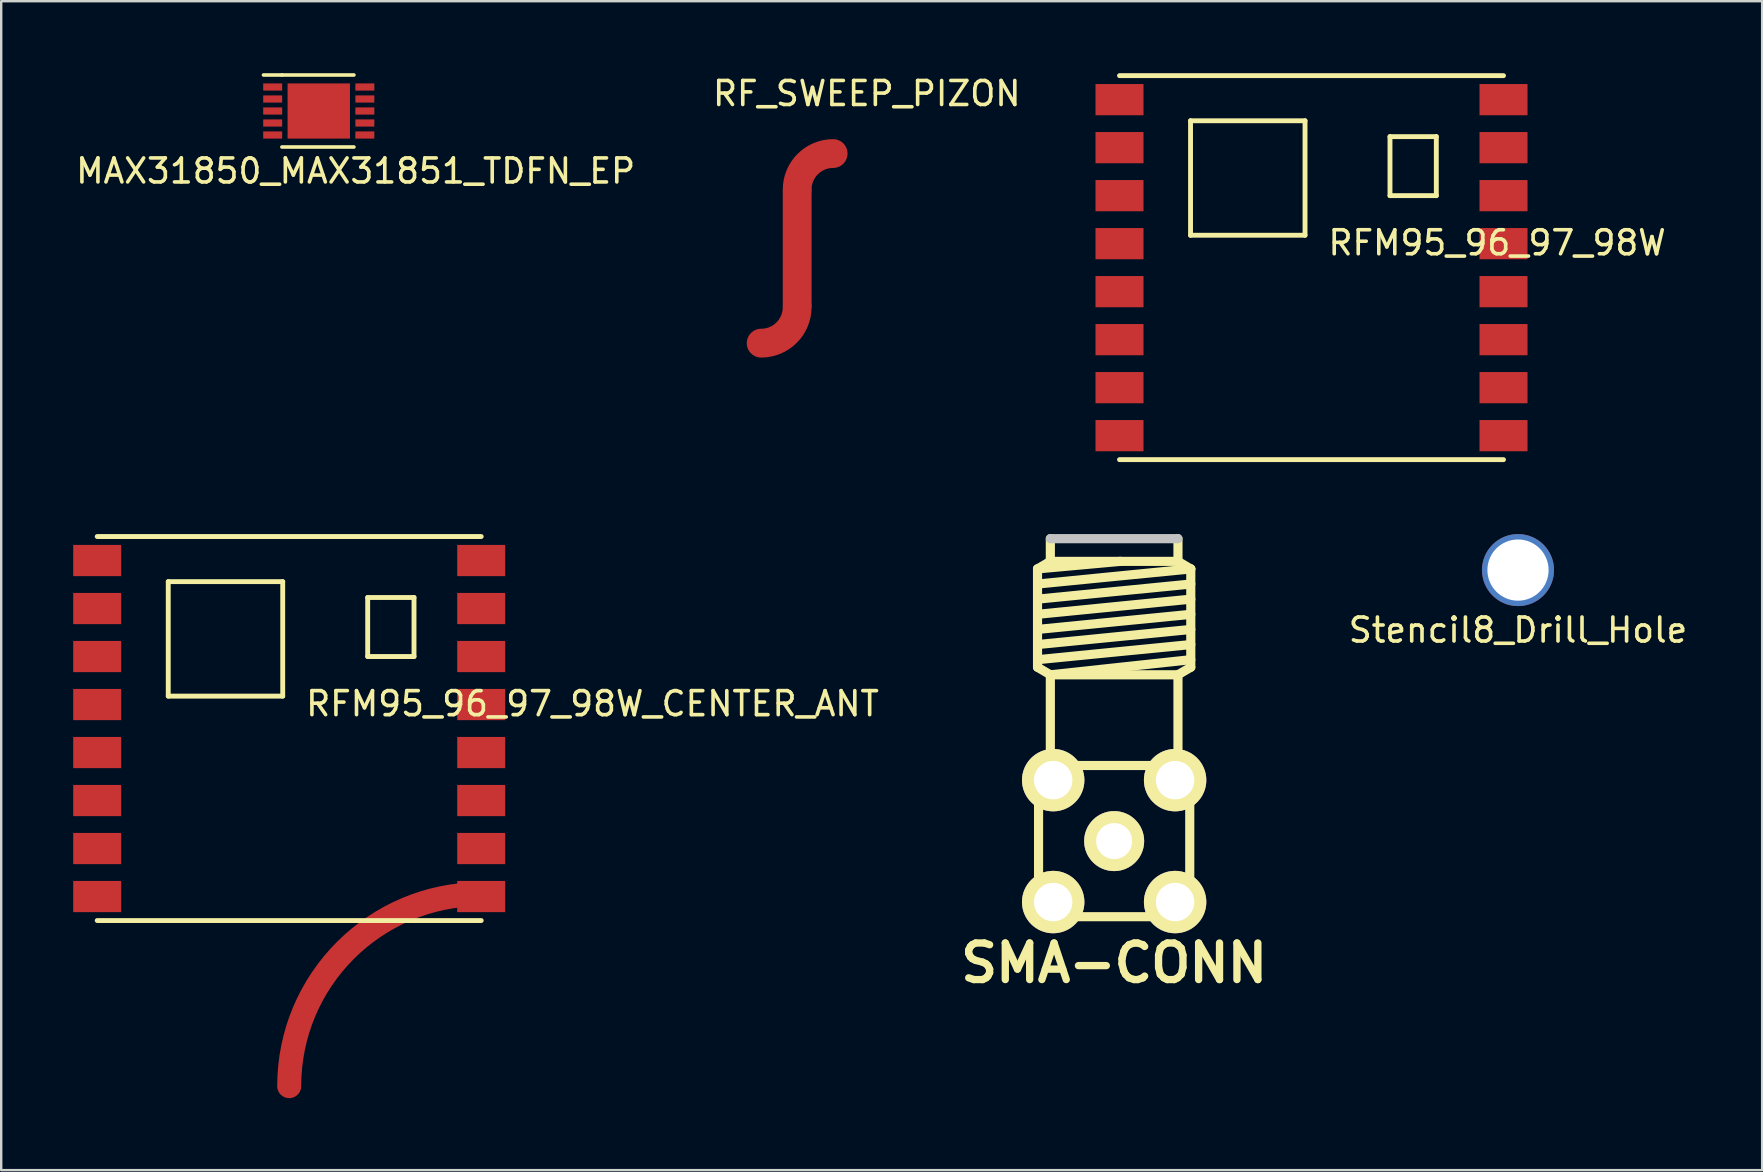
<source format=kicad_pcb>
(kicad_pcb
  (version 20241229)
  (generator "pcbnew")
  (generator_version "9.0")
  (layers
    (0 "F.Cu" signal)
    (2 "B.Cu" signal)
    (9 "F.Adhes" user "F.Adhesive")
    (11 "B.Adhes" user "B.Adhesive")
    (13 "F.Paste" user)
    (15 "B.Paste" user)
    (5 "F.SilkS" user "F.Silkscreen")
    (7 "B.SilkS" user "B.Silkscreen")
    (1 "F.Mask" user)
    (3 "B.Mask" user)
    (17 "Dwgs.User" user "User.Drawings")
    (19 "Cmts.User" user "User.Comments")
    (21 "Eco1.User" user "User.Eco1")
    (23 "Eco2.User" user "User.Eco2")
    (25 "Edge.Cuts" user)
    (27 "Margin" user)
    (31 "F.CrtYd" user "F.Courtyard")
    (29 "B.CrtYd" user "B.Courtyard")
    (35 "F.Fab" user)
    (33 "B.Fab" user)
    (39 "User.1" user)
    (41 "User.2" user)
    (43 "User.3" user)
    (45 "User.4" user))
  (footprint "RF_SWEEP_PIZON"
    (layer "F.Cu")
    (at 30.165 7.248)
    (property "Reference" "RF_SWEEP_PIZON" (at 2.9 -6.4 0) (layer "F.SilkS") (effects (font (size 1 1) (thickness 0.15))))
    (attr through_hole)
    (fp_line (start 0 -2.3) (end 0 2.4) (stroke (width 1.2) (type solid)) (layer "F.Cu"))
    (fp_arc (start 0 -2.4) (mid 0.438415 -3.459734) (end 1.497382 -3.899998) (stroke (width 1.2) (type solid)) (layer "F.Cu"))
    (fp_arc (start 0 2.5) (mid -0.43934 3.56066) (end -1.5 4) (stroke (width 1.2) (type solid)) (layer "F.Cu")))
  (footprint "Stencil8_Drill_Hole"
    (layer "F.Cu")
    (at 60.199 20.703)
    (property "Reference" "Stencil8_Drill_Hole" (at 0 2.5 0) (layer "F.SilkS") (effects (font (size 1 1) (thickness 0.15))))
    (attr through_hole)
    (fp_circle (center 0 0) (end 1.275 0) (stroke (width 0.01) (type solid)) (fill no) (layer "F.Paste"))
    (pad "" smd circle (at 0 0) (size 2.55 2.55) (layers "F.Paste"))
    (pad "" np_thru_hole circle (at 0 0) (size 3 3) (drill 2.55) (layers "*.Cu" "*.Mask")))
  (footprint "SMA-CONN"
    (layer "F.Cu")
    (at 43.372 31.995)
    (property "Reference" "SMA-CONN" (at 0 5.08 0) (layer "F.SilkS") (effects (font (size 1.524 1.524) (thickness 0.305))))
    (attr through_hole)
    (fp_line (start -3.193 -11.341) (end -2.659 -11.656) (stroke (width 0.381) (type solid)) (layer "F.SilkS"))
    (fp_line (start -3.193 -11.341) (end 0.267 -11.656) (stroke (width 0.381) (type solid)) (layer "F.SilkS"))
    (fp_line (start -3.193 -10.711) (end 3.193 -11.341) (stroke (width 0.381) (type solid)) (layer "F.SilkS"))
    (fp_line (start -3.193 -10.081) (end 3.193 -10.711) (stroke (width 0.381) (type solid)) (layer "F.SilkS"))
    (fp_line (start -3.193 -9.449) (end 3.193 -10.081) (stroke (width 0.381) (type solid)) (layer "F.SilkS"))
    (fp_line (start -3.193 -8.819) (end 3.193 -9.449) (stroke (width 0.381) (type solid)) (layer "F.SilkS"))
    (fp_line (start -3.193 -8.189) (end 3.193 -8.819) (stroke (width 0.381) (type solid)) (layer "F.SilkS"))
    (fp_line (start -3.193 -7.559) (end 3.193 -8.189) (stroke (width 0.381) (type solid)) (layer "F.SilkS"))
    (fp_line (start -3.193 -7.244) (end -3.193 -11.341) (stroke (width 0.381) (type solid)) (layer "F.SilkS"))
    (fp_line (start -3.15 -3.15) (end 3.15 -3.15) (stroke (width 0.381) (type solid)) (layer "F.SilkS"))
    (fp_line (start -3.15 3.15) (end -3.15 -3.15) (stroke (width 0.381) (type solid)) (layer "F.SilkS"))
    (fp_line (start -2.659 -11.656) (end -2.659 -12.601) (stroke (width 0.381) (type solid)) (layer "F.SilkS"))
    (fp_line (start -2.659 -11.656) (end 2.659 -11.656) (stroke (width 0.381) (type solid)) (layer "F.SilkS"))
    (fp_line (start -2.659 -6.929) (end -3.193 -7.244) (stroke (width 0.381) (type solid)) (layer "F.SilkS"))
    (fp_line (start -2.659 -3.15) (end -2.659 -6.929) (stroke (width 0.381) (type solid)) (layer "F.SilkS"))
    (fp_line (start 2.659 -11.656) (end 2.659 -12.601) (stroke (width 0.381) (type solid)) (layer "F.SilkS"))
    (fp_line (start 2.659 -11.656) (end 3.193 -11.341) (stroke (width 0.381) (type solid)) (layer "F.SilkS"))
    (fp_line (start 2.659 -6.929) (end -2.659 -6.929) (stroke (width 0.381) (type solid)) (layer "F.SilkS"))
    (fp_line (start 2.659 -3.15) (end 2.659 -6.929) (stroke (width 0.381) (type solid)) (layer "F.SilkS"))
    (fp_line (start 3.15 -3.15) (end 3.15 3.15) (stroke (width 0.381) (type solid)) (layer "F.SilkS"))
    (fp_line (start 3.15 3.15) (end -3.15 3.15) (stroke (width 0.381) (type solid)) (layer "F.SilkS"))
    (fp_line (start 3.193 -11.341) (end 3.193 -7.244) (stroke (width 0.381) (type solid)) (layer "F.SilkS"))
    (fp_line (start 3.193 -7.559) (end -2.659 -6.929) (stroke (width 0.381) (type solid)) (layer "F.SilkS"))
    (fp_line (start 3.193 -7.244) (end 2.659 -6.929) (stroke (width 0.381) (type solid)) (layer "F.SilkS"))
    (fp_line (start 2.659 -12.601) (end -2.659 -12.601) (stroke (width 0.381) (type solid)) (layer "Dwgs.User"))
    (pad "1" thru_hole circle (at 0 0) (size 2.5 2.5) (drill 1.5) (layers "*.Cu" "*.Mask" "F.SilkS"))
    (pad "2" thru_hole circle (at -2.54 -2.54) (size 2.6 2.6) (drill 1.6) (layers "*.Cu" "*.Mask" "F.SilkS"))
    (pad "3" thru_hole circle (at 2.54 -2.54) (size 2.6 2.6) (drill 1.6) (layers "*.Cu" "*.Mask" "F.SilkS"))
    (pad "4" thru_hole circle (at 2.54 2.54) (size 2.6 2.6) (drill 1.6) (layers "*.Cu" "*.Mask" "F.SilkS"))
    (pad "5" thru_hole circle (at -2.54 2.54) (size 2.6 2.6) (drill 1.6) (layers "*.Cu" "*.Mask" "F.SilkS")))
  (footprint "RFM95_96_97_98W_CENTER_ANT"
    (layer "F.Cu")
    (at 9 27.305)
    (property "Reference" "RFM95_96_97_98W_CENTER_ANT" (at 0.61 -0.449 0) (layer "F.SilkS") (effects (font (size 1 1) (thickness 0.15)) (justify left bottom)))
    (attr through_hole)
    (fp_arc (start 0 14.9) (mid 2.338211 9.248085) (end 7.986037 6.900012) (stroke (width 1) (type solid)) (layer "F.Cu"))
    (fp_line (start -8 -8) (end 8 -8) (stroke (width 0.203) (type solid)) (layer "F.SilkS"))
    (fp_line (start -5.04 -6.12) (end -0.27 -6.12) (stroke (width 0.203) (type solid)) (layer "F.SilkS"))
    (fp_line (start -5.04 -1.35) (end -5.04 -6.12) (stroke (width 0.203) (type solid)) (layer "F.SilkS"))
    (fp_line (start -0.27 -6.12) (end -0.27 -1.35) (stroke (width 0.203) (type solid)) (layer "F.SilkS"))
    (fp_line (start -0.27 -1.35) (end -5.04 -1.35) (stroke (width 0.203) (type solid)) (layer "F.SilkS"))
    (fp_line (start 3.27 -5.46) (end 3.27 -3) (stroke (width 0.203) (type solid)) (layer "F.SilkS"))
    (fp_line (start 3.27 -5.46) (end 5.2 -5.46) (stroke (width 0.203) (type solid)) (layer "F.SilkS"))
    (fp_line (start 3.27 -3) (end 5.2 -3) (stroke (width 0.203) (type solid)) (layer "F.SilkS"))
    (fp_line (start 5.2 -5.46) (end 5.2 -3) (stroke (width 0.203) (type solid)) (layer "F.SilkS"))
    (fp_line (start 8 8) (end -8 8) (stroke (width 0.203) (type solid)) (layer "F.SilkS"))
    (pad "1" smd rect (at -8 -7 90) (size 1.3 2) (layers "F.Cu" "F.Mask" "F.Paste"))
    (pad "2" smd rect (at -8 -5 90) (size 1.3 2) (layers "F.Cu" "F.Mask" "F.Paste"))
    (pad "3" smd rect (at -8 -3 90) (size 1.3 2) (layers "F.Cu" "F.Mask" "F.Paste"))
    (pad "4" smd rect (at -8 -1 90) (size 1.3 2) (layers "F.Cu" "F.Mask" "F.Paste"))
    (pad "5" smd rect (at -8 1 90) (size 1.3 2) (layers "F.Cu" "F.Mask" "F.Paste"))
    (pad "6" smd rect (at -8 3 90) (size 1.3 2) (layers "F.Cu" "F.Mask" "F.Paste"))
    (pad "7" smd rect (at -8 5 90) (size 1.3 2) (layers "F.Cu" "F.Mask" "F.Paste"))
    (pad "8" smd rect (at -8 7 90) (size 1.3 2) (layers "F.Cu" "F.Mask" "F.Paste"))
    (pad "9" smd rect (at 8 7 90) (size 1.3 2) (layers "F.Cu" "F.Mask" "F.Paste"))
    (pad "10" smd rect (at 8 5 90) (size 1.3 2) (layers "F.Cu" "F.Mask" "F.Paste"))
    (pad "11" smd rect (at 8 3 90) (size 1.3 2) (layers "F.Cu" "F.Mask" "F.Paste"))
    (pad "12" smd rect (at 8 1 90) (size 1.3 2) (layers "F.Cu" "F.Mask" "F.Paste"))
    (pad "13" smd rect (at 8 -1 90) (size 1.3 2) (layers "F.Cu" "F.Mask" "F.Paste"))
    (pad "14" smd rect (at 8 -3 90) (size 1.3 2) (layers "F.Cu" "F.Mask" "F.Paste"))
    (pad "15" smd rect (at 8 -5 90) (size 1.3 2) (layers "F.Cu" "F.Mask" "F.Paste"))
    (pad "16" smd rect (at 8 -7 90) (size 1.3 2) (layers "F.Cu" "F.Mask" "F.Paste")))
  (footprint "MAX31850_MAX31851_TDFN_EP"
    (layer "F.Cu")
    (at 10.232 1.575)
    (property "Reference" "MAX31850_MAX31851_TDFN_EP" (at 1.536 2.5 0) (layer "F.SilkS") (effects (font (size 1 1) (thickness 0.15))))
    (attr through_hole)
    (fp_line (start -1.536 -1.5) (end -2.304 -1.5) (stroke (width 0.15) (type solid)) (layer "F.SilkS"))
    (fp_line (start -1.536 1.5) (end 1.464 1.5) (stroke (width 0.15) (type solid)) (layer "F.SilkS"))
    (fp_line (start 1.464 -1.5) (end -1.536 -1.5) (stroke (width 0.15) (type solid)) (layer "F.SilkS"))
    (pad "" smd rect (at 0 0) (size 2.6 2.3) (layers "F.Cu" "F.Mask" "F.Paste"))
    (pad "1" smd rect (at -1.92 -1) (size 0.79 0.3) (layers "F.Cu" "F.Mask" "F.Paste"))
    (pad "2" smd rect (at -1.92 -0.5) (size 0.79 0.3) (layers "F.Cu" "F.Mask" "F.Paste"))
    (pad "3" smd rect (at -1.92 0) (size 0.79 0.3) (layers "F.Cu" "F.Mask" "F.Paste"))
    (pad "4" smd rect (at -1.92 0.5) (size 0.79 0.3) (layers "F.Cu" "F.Mask" "F.Paste"))
    (pad "5" smd rect (at -1.92 1) (size 0.79 0.3) (layers "F.Cu" "F.Mask" "F.Paste"))
    (pad "6" smd rect (at 1.92 1) (size 0.79 0.3) (layers "F.Cu" "F.Mask" "F.Paste"))
    (pad "7" smd rect (at 1.92 0.5) (size 0.79 0.3) (layers "F.Cu" "F.Mask" "F.Paste"))
    (pad "8" smd rect (at 1.92 0) (size 0.79 0.3) (layers "F.Cu" "F.Mask" "F.Paste"))
    (pad "9" smd rect (at 1.92 -0.5) (size 0.79 0.3) (layers "F.Cu" "F.Mask" "F.Paste"))
    (pad "10" smd rect (at 1.92 -1) (size 0.79 0.3) (layers "F.Cu" "F.Mask" "F.Paste")))
  (footprint "RFM95_96_97_98W"
    (layer "F.Cu")
    (at 51.595 8.102)
    (property "Reference" "RFM95_96_97_98W" (at 0.61 -0.449 0) (layer "F.SilkS") (effects (font (size 1 1) (thickness 0.15)) (justify left bottom)))
    (attr through_hole)
    (fp_line (start -8 -8) (end 8 -8) (stroke (width 0.203) (type solid)) (layer "F.SilkS"))
    (fp_line (start -5.04 -6.12) (end -0.27 -6.12) (stroke (width 0.203) (type solid)) (layer "F.SilkS"))
    (fp_line (start -5.04 -1.35) (end -5.04 -6.12) (stroke (width 0.203) (type solid)) (layer "F.SilkS"))
    (fp_line (start -0.27 -6.12) (end -0.27 -1.35) (stroke (width 0.203) (type solid)) (layer "F.SilkS"))
    (fp_line (start -0.27 -1.35) (end -5.04 -1.35) (stroke (width 0.203) (type solid)) (layer "F.SilkS"))
    (fp_line (start 3.27 -5.46) (end 3.27 -3) (stroke (width 0.203) (type solid)) (layer "F.SilkS"))
    (fp_line (start 3.27 -5.46) (end 5.2 -5.46) (stroke (width 0.203) (type solid)) (layer "F.SilkS"))
    (fp_line (start 3.27 -3) (end 5.2 -3) (stroke (width 0.203) (type solid)) (layer "F.SilkS"))
    (fp_line (start 5.2 -5.46) (end 5.2 -3) (stroke (width 0.203) (type solid)) (layer "F.SilkS"))
    (fp_line (start 8 8) (end -8 8) (stroke (width 0.203) (type solid)) (layer "F.SilkS"))
    (pad "1" smd rect (at -8 -7 90) (size 1.3 2) (layers "F.Cu" "F.Mask" "F.Paste"))
    (pad "2" smd rect (at -8 -5 90) (size 1.3 2) (layers "F.Cu" "F.Mask" "F.Paste"))
    (pad "3" smd rect (at -8 -3 90) (size 1.3 2) (layers "F.Cu" "F.Mask" "F.Paste"))
    (pad "4" smd rect (at -8 -1 90) (size 1.3 2) (layers "F.Cu" "F.Mask" "F.Paste"))
    (pad "5" smd rect (at -8 1 90) (size 1.3 2) (layers "F.Cu" "F.Mask" "F.Paste"))
    (pad "6" smd rect (at -8 3 90) (size 1.3 2) (layers "F.Cu" "F.Mask" "F.Paste"))
    (pad "7" smd rect (at -8 5 90) (size 1.3 2) (layers "F.Cu" "F.Mask" "F.Paste"))
    (pad "8" smd rect (at -8 7 90) (size 1.3 2) (layers "F.Cu" "F.Mask" "F.Paste"))
    (pad "9" smd rect (at 8 7 90) (size 1.3 2) (layers "F.Cu" "F.Mask" "F.Paste"))
    (pad "10" smd rect (at 8 5 90) (size 1.3 2) (layers "F.Cu" "F.Mask" "F.Paste"))
    (pad "11" smd rect (at 8 3 90) (size 1.3 2) (layers "F.Cu" "F.Mask" "F.Paste"))
    (pad "12" smd rect (at 8 1 90) (size 1.3 2) (layers "F.Cu" "F.Mask" "F.Paste"))
    (pad "13" smd rect (at 8 -1 90) (size 1.3 2) (layers "F.Cu" "F.Mask" "F.Paste"))
    (pad "14" smd rect (at 8 -3 90) (size 1.3 2) (layers "F.Cu" "F.Mask" "F.Paste"))
    (pad "15" smd rect (at 8 -5 90) (size 1.3 2) (layers "F.Cu" "F.Mask" "F.Paste"))
    (pad "16" smd rect (at 8 -7 90) (size 1.3 2) (layers "F.Cu" "F.Mask" "F.Paste")))
  (gr_rect
    (start -3 -3)
    (end 70.372 45.705)
    (stroke (width 0.1) (type default))
    (fill no)
    (layer "Edge.Cuts")))
</source>
